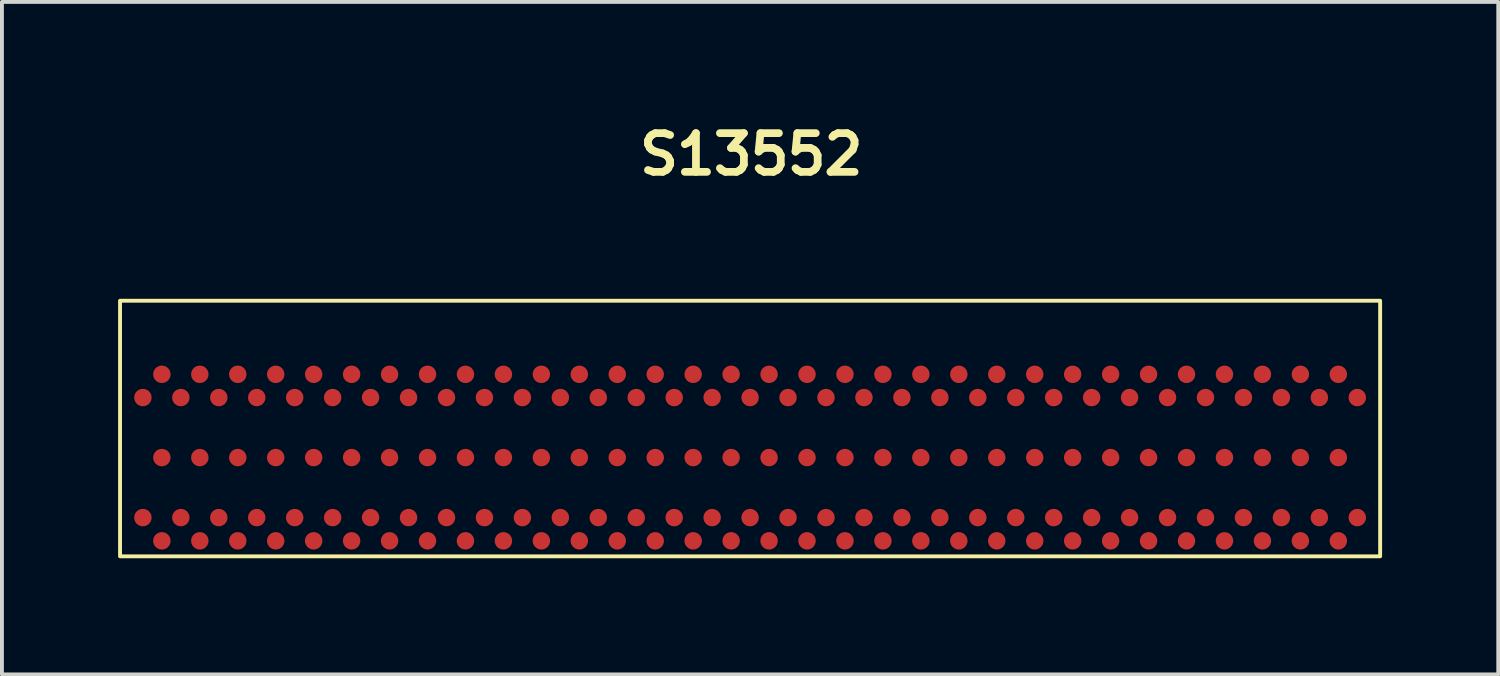
<source format=kicad_pcb>
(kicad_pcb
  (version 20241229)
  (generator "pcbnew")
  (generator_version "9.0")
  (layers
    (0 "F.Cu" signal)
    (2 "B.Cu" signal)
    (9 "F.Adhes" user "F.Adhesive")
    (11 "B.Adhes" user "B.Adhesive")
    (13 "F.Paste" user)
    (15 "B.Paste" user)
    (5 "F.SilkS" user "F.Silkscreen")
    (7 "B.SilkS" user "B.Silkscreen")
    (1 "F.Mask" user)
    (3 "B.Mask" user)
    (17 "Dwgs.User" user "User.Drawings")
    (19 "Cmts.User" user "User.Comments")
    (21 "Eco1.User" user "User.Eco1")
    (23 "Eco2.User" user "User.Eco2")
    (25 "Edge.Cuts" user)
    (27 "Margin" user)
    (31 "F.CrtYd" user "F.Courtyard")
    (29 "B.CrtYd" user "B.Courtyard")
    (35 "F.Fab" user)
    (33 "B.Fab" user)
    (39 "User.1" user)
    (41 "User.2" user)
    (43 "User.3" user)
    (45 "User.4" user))
  (footprint "S13552"
    (layer "F.Cu")
    (at 16.32 8.766)
    (property "Reference" "S13552" (at 0.03 -7.83 0) (unlocked yes) (layer "F.SilkS") (effects (font (size 1 1) (thickness 0.2) (bold yes))))
    (attr smd)
    (fp_rect (start -16.27 -4.05) (end 16.27 2.55) (stroke (width 0.1) (type default)) (fill no) (layer "F.SilkS"))
    (pad "1" smd circle (at 15.68 -1.55) (size 0.45 0.45) (layers "F.Cu" "F.Mask" "F.Paste"))
    (pad "2" smd circle (at 15.19 2.15) (size 0.45 0.45) (layers "F.Cu" "F.Mask" "F.Paste"))
    (pad "3" smd circle (at 15.19 -2.15) (size 0.45 0.45) (layers "F.Cu" "F.Mask" "F.Paste"))
    (pad "4" smd circle (at 14.7 1.55) (size 0.45 0.45) (layers "F.Cu" "F.Mask" "F.Paste"))
    (pad "5" smd circle (at 14.7 -1.55) (size 0.45 0.45) (layers "F.Cu" "F.Mask" "F.Paste"))
    (pad "6" smd circle (at 14.21 2.15) (size 0.45 0.45) (layers "F.Cu" "F.Mask" "F.Paste"))
    (pad "7" smd circle (at 14.21 -2.15) (size 0.45 0.45) (layers "F.Cu" "F.Mask" "F.Paste"))
    (pad "8" smd circle (at 13.72 1.55) (size 0.45 0.45) (layers "F.Cu" "F.Mask" "F.Paste"))
    (pad "9" smd circle (at 13.72 -1.55) (size 0.45 0.45) (layers "F.Cu" "F.Mask" "F.Paste"))
    (pad "10" smd circle (at 13.23 2.15) (size 0.45 0.45) (layers "F.Cu" "F.Mask" "F.Paste"))
    (pad "11" smd circle (at 13.23 -2.15) (size 0.45 0.45) (layers "F.Cu" "F.Mask" "F.Paste"))
    (pad "12" smd circle (at 12.74 1.55) (size 0.45 0.45) (layers "F.Cu" "F.Mask" "F.Paste"))
    (pad "13" smd circle (at 12.74 -1.55) (size 0.45 0.45) (layers "F.Cu" "F.Mask" "F.Paste"))
    (pad "14" smd circle (at 12.25 2.15) (size 0.45 0.45) (layers "F.Cu" "F.Mask" "F.Paste"))
    (pad "15" smd circle (at 12.25 -2.15) (size 0.45 0.45) (layers "F.Cu" "F.Mask" "F.Paste"))
    (pad "16" smd circle (at 11.76 1.55) (size 0.45 0.45) (layers "F.Cu" "F.Mask" "F.Paste"))
    (pad "17" smd circle (at 11.76 -1.55) (size 0.45 0.45) (layers "F.Cu" "F.Mask" "F.Paste"))
    (pad "18" smd circle (at 11.27 2.15) (size 0.45 0.45) (layers "F.Cu" "F.Mask" "F.Paste"))
    (pad "19" smd circle (at 11.27 -2.15) (size 0.45 0.45) (layers "F.Cu" "F.Mask" "F.Paste"))
    (pad "20" smd circle (at 10.78 1.55) (size 0.45 0.45) (layers "F.Cu" "F.Mask" "F.Paste"))
    (pad "21" smd circle (at 10.78 -1.55) (size 0.45 0.45) (layers "F.Cu" "F.Mask" "F.Paste"))
    (pad "22" smd circle (at 10.29 2.15) (size 0.45 0.45) (layers "F.Cu" "F.Mask" "F.Paste"))
    (pad "23" smd circle (at 10.29 -2.15) (size 0.45 0.45) (layers "F.Cu" "F.Mask" "F.Paste"))
    (pad "24" smd circle (at 9.8 1.55) (size 0.45 0.45) (layers "F.Cu" "F.Mask" "F.Paste"))
    (pad "25" smd circle (at 9.8 -1.55) (size 0.45 0.45) (layers "F.Cu" "F.Mask" "F.Paste"))
    (pad "26" smd circle (at 9.31 2.15) (size 0.45 0.45) (layers "F.Cu" "F.Mask" "F.Paste"))
    (pad "27" smd circle (at 9.31 -2.15) (size 0.45 0.45) (layers "F.Cu" "F.Mask" "F.Paste"))
    (pad "28" smd circle (at 8.82 1.55) (size 0.45 0.45) (layers "F.Cu" "F.Mask" "F.Paste"))
    (pad "29" smd circle (at 8.82 -1.55) (size 0.45 0.45) (layers "F.Cu" "F.Mask" "F.Paste"))
    (pad "30" smd circle (at 8.33 2.15) (size 0.45 0.45) (layers "F.Cu" "F.Mask" "F.Paste"))
    (pad "31" smd circle (at 8.33 -2.15) (size 0.45 0.45) (layers "F.Cu" "F.Mask" "F.Paste"))
    (pad "32" smd circle (at 7.84 1.55) (size 0.45 0.45) (layers "F.Cu" "F.Mask" "F.Paste"))
    (pad "33" smd circle (at 7.84 -1.55) (size 0.45 0.45) (layers "F.Cu" "F.Mask" "F.Paste"))
    (pad "34" smd circle (at 7.35 2.15) (size 0.45 0.45) (layers "F.Cu" "F.Mask" "F.Paste"))
    (pad "35" smd circle (at 7.35 -2.15) (size 0.45 0.45) (layers "F.Cu" "F.Mask" "F.Paste"))
    (pad "36" smd circle (at 6.86 1.55) (size 0.45 0.45) (layers "F.Cu" "F.Mask" "F.Paste"))
    (pad "37" smd circle (at 6.86 -1.55) (size 0.45 0.45) (layers "F.Cu" "F.Mask" "F.Paste"))
    (pad "38" smd circle (at 6.37 2.15) (size 0.45 0.45) (layers "F.Cu" "F.Mask" "F.Paste"))
    (pad "39" smd circle (at 6.37 -2.15) (size 0.45 0.45) (layers "F.Cu" "F.Mask" "F.Paste"))
    (pad "40" smd circle (at 5.88 1.55) (size 0.45 0.45) (layers "F.Cu" "F.Mask" "F.Paste"))
    (pad "41" smd circle (at 5.88 -1.55) (size 0.45 0.45) (layers "F.Cu" "F.Mask" "F.Paste"))
    (pad "42" smd circle (at 5.39 2.15) (size 0.45 0.45) (layers "F.Cu" "F.Mask" "F.Paste"))
    (pad "43" smd circle (at 5.39 -2.15) (size 0.45 0.45) (layers "F.Cu" "F.Mask" "F.Paste"))
    (pad "44" smd circle (at 4.9 1.55) (size 0.45 0.45) (layers "F.Cu" "F.Mask" "F.Paste"))
    (pad "45" smd circle (at 4.9 -1.55) (size 0.45 0.45) (layers "F.Cu" "F.Mask" "F.Paste"))
    (pad "46" smd circle (at 4.41 2.15) (size 0.45 0.45) (layers "F.Cu" "F.Mask" "F.Paste"))
    (pad "47" smd circle (at 4.41 -2.15) (size 0.45 0.45) (layers "F.Cu" "F.Mask" "F.Paste"))
    (pad "48" smd circle (at 3.92 1.55) (size 0.45 0.45) (layers "F.Cu" "F.Mask" "F.Paste"))
    (pad "49" smd circle (at 3.92 -1.55) (size 0.45 0.45) (layers "F.Cu" "F.Mask" "F.Paste"))
    (pad "50" smd circle (at 3.43 2.15) (size 0.45 0.45) (layers "F.Cu" "F.Mask" "F.Paste"))
    (pad "51" smd circle (at 3.43 -2.15) (size 0.45 0.45) (layers "F.Cu" "F.Mask" "F.Paste"))
    (pad "52" smd circle (at 2.94 1.55) (size 0.45 0.45) (layers "F.Cu" "F.Mask" "F.Paste"))
    (pad "53" smd circle (at 2.94 -1.55) (size 0.45 0.45) (layers "F.Cu" "F.Mask" "F.Paste"))
    (pad "54" smd circle (at 2.45 2.15) (size 0.45 0.45) (layers "F.Cu" "F.Mask" "F.Paste"))
    (pad "55" smd circle (at 2.45 -2.15) (size 0.45 0.45) (layers "F.Cu" "F.Mask" "F.Paste"))
    (pad "56" smd circle (at 1.96 1.55) (size 0.45 0.45) (layers "F.Cu" "F.Mask" "F.Paste"))
    (pad "57" smd circle (at 1.96 -1.55) (size 0.45 0.45) (layers "F.Cu" "F.Mask" "F.Paste"))
    (pad "58" smd circle (at 1.47 2.15) (size 0.45 0.45) (layers "F.Cu" "F.Mask" "F.Paste"))
    (pad "59" smd circle (at 1.47 -2.15) (size 0.45 0.45) (layers "F.Cu" "F.Mask" "F.Paste"))
    (pad "60" smd circle (at 0.98 1.55) (size 0.45 0.45) (layers "F.Cu" "F.Mask" "F.Paste"))
    (pad "61" smd circle (at 0.98 -1.55) (size 0.45 0.45) (layers "F.Cu" "F.Mask" "F.Paste"))
    (pad "62" smd circle (at 0.49 2.15) (size 0.45 0.45) (layers "F.Cu" "F.Mask" "F.Paste"))
    (pad "63" smd circle (at 0.49 -2.15) (size 0.45 0.45) (layers "F.Cu" "F.Mask" "F.Paste"))
    (pad "64" smd circle (at 0 1.55) (size 0.45 0.45) (layers "F.Cu" "F.Mask" "F.Paste"))
    (pad "65" smd circle (at 0 -1.55) (size 0.45 0.45) (layers "F.Cu" "F.Mask" "F.Paste"))
    (pad "66" smd circle (at -0.49 2.15) (size 0.45 0.45) (layers "F.Cu" "F.Mask" "F.Paste"))
    (pad "67" smd circle (at -0.49 -2.15) (size 0.45 0.45) (layers "F.Cu" "F.Mask" "F.Paste"))
    (pad "68" smd circle (at -0.98 1.55) (size 0.45 0.45) (layers "F.Cu" "F.Mask" "F.Paste"))
    (pad "69" smd circle (at -0.98 -1.55) (size 0.45 0.45) (layers "F.Cu" "F.Mask" "F.Paste"))
    (pad "70" smd circle (at -1.47 2.15) (size 0.45 0.45) (layers "F.Cu" "F.Mask" "F.Paste"))
    (pad "71" smd circle (at -1.47 -2.15) (size 0.45 0.45) (layers "F.Cu" "F.Mask" "F.Paste"))
    (pad "72" smd circle (at -1.96 1.55) (size 0.45 0.45) (layers "F.Cu" "F.Mask" "F.Paste"))
    (pad "73" smd circle (at -1.96 -1.55) (size 0.45 0.45) (layers "F.Cu" "F.Mask" "F.Paste"))
    (pad "74" smd circle (at -2.45 2.15) (size 0.45 0.45) (layers "F.Cu" "F.Mask" "F.Paste"))
    (pad "75" smd circle (at -2.45 -2.15) (size 0.45 0.45) (layers "F.Cu" "F.Mask" "F.Paste"))
    (pad "76" smd circle (at -2.94 1.55) (size 0.45 0.45) (layers "F.Cu" "F.Mask" "F.Paste"))
    (pad "77" smd circle (at -2.94 -1.55) (size 0.45 0.45) (layers "F.Cu" "F.Mask" "F.Paste"))
    (pad "78" smd circle (at -3.43 2.15) (size 0.45 0.45) (layers "F.Cu" "F.Mask" "F.Paste"))
    (pad "79" smd circle (at -3.43 -2.15) (size 0.45 0.45) (layers "F.Cu" "F.Mask" "F.Paste"))
    (pad "80" smd circle (at -3.92 1.55) (size 0.45 0.45) (layers "F.Cu" "F.Mask" "F.Paste"))
    (pad "81" smd circle (at -3.92 -1.55) (size 0.45 0.45) (layers "F.Cu" "F.Mask" "F.Paste"))
    (pad "82" smd circle (at -4.41 2.15) (size 0.45 0.45) (layers "F.Cu" "F.Mask" "F.Paste"))
    (pad "83" smd circle (at -4.41 -2.15) (size 0.45 0.45) (layers "F.Cu" "F.Mask" "F.Paste"))
    (pad "84" smd circle (at -4.9 1.55) (size 0.45 0.45) (layers "F.Cu" "F.Mask" "F.Paste"))
    (pad "85" smd circle (at -4.9 -1.55) (size 0.45 0.45) (layers "F.Cu" "F.Mask" "F.Paste"))
    (pad "86" smd circle (at -5.39 2.15) (size 0.45 0.45) (layers "F.Cu" "F.Mask" "F.Paste"))
    (pad "87" smd circle (at -5.39 -2.15) (size 0.45 0.45) (layers "F.Cu" "F.Mask" "F.Paste"))
    (pad "88" smd circle (at -5.88 1.55) (size 0.45 0.45) (layers "F.Cu" "F.Mask" "F.Paste"))
    (pad "89" smd circle (at -5.88 -1.55) (size 0.45 0.45) (layers "F.Cu" "F.Mask" "F.Paste"))
    (pad "90" smd circle (at -6.37 2.15) (size 0.45 0.45) (layers "F.Cu" "F.Mask" "F.Paste"))
    (pad "91" smd circle (at -6.37 -2.15) (size 0.45 0.45) (layers "F.Cu" "F.Mask" "F.Paste"))
    (pad "92" smd circle (at -6.86 1.55) (size 0.45 0.45) (layers "F.Cu" "F.Mask" "F.Paste"))
    (pad "93" smd circle (at -6.86 -1.55) (size 0.45 0.45) (layers "F.Cu" "F.Mask" "F.Paste"))
    (pad "94" smd circle (at -7.35 2.15) (size 0.45 0.45) (layers "F.Cu" "F.Mask" "F.Paste"))
    (pad "95" smd circle (at -7.35 -2.15) (size 0.45 0.45) (layers "F.Cu" "F.Mask" "F.Paste"))
    (pad "96" smd circle (at -7.84 1.55) (size 0.45 0.45) (layers "F.Cu" "F.Mask" "F.Paste"))
    (pad "97" smd circle (at -7.84 -1.55) (size 0.45 0.45) (layers "F.Cu" "F.Mask" "F.Paste"))
    (pad "98" smd circle (at -8.33 2.15) (size 0.45 0.45) (layers "F.Cu" "F.Mask" "F.Paste"))
    (pad "99" smd circle (at -8.33 -2.15) (size 0.45 0.45) (layers "F.Cu" "F.Mask" "F.Paste"))
    (pad "100" smd circle (at -8.82 1.55) (size 0.45 0.45) (layers "F.Cu" "F.Mask" "F.Paste"))
    (pad "101" smd circle (at -8.82 -1.55) (size 0.45 0.45) (layers "F.Cu" "F.Mask" "F.Paste"))
    (pad "102" smd circle (at -9.31 2.15) (size 0.45 0.45) (layers "F.Cu" "F.Mask" "F.Paste"))
    (pad "103" smd circle (at -9.31 -2.15) (size 0.45 0.45) (layers "F.Cu" "F.Mask" "F.Paste"))
    (pad "104" smd circle (at -9.8 1.55) (size 0.45 0.45) (layers "F.Cu" "F.Mask" "F.Paste"))
    (pad "105" smd circle (at -9.8 -1.55) (size 0.45 0.45) (layers "F.Cu" "F.Mask" "F.Paste"))
    (pad "106" smd circle (at -10.29 2.15) (size 0.45 0.45) (layers "F.Cu" "F.Mask" "F.Paste"))
    (pad "107" smd circle (at -10.29 -2.15) (size 0.45 0.45) (layers "F.Cu" "F.Mask" "F.Paste"))
    (pad "108" smd circle (at -10.78 1.55) (size 0.45 0.45) (layers "F.Cu" "F.Mask" "F.Paste"))
    (pad "109" smd circle (at -10.78 -1.55) (size 0.45 0.45) (layers "F.Cu" "F.Mask" "F.Paste"))
    (pad "110" smd circle (at -11.27 2.15) (size 0.45 0.45) (layers "F.Cu" "F.Mask" "F.Paste"))
    (pad "111" smd circle (at -11.27 -2.15) (size 0.45 0.45) (layers "F.Cu" "F.Mask" "F.Paste"))
    (pad "112" smd circle (at -11.76 1.55) (size 0.45 0.45) (layers "F.Cu" "F.Mask" "F.Paste"))
    (pad "113" smd circle (at -11.76 -1.55) (size 0.45 0.45) (layers "F.Cu" "F.Mask" "F.Paste"))
    (pad "114" smd circle (at -12.25 2.15) (size 0.45 0.45) (layers "F.Cu" "F.Mask" "F.Paste"))
    (pad "115" smd circle (at -12.25 -2.15) (size 0.45 0.45) (layers "F.Cu" "F.Mask" "F.Paste"))
    (pad "116" smd circle (at -12.74 1.55) (size 0.45 0.45) (layers "F.Cu" "F.Mask" "F.Paste"))
    (pad "117" smd circle (at -12.74 -1.55) (size 0.45 0.45) (layers "F.Cu" "F.Mask" "F.Paste"))
    (pad "118" smd circle (at -13.23 2.15) (size 0.45 0.45) (layers "F.Cu" "F.Mask" "F.Paste"))
    (pad "119" smd circle (at -13.23 -2.15) (size 0.45 0.45) (layers "F.Cu" "F.Mask" "F.Paste"))
    (pad "120" smd circle (at -13.72 1.55) (size 0.45 0.45) (layers "F.Cu" "F.Mask" "F.Paste"))
    (pad "121" smd circle (at -13.72 -1.55) (size 0.45 0.45) (layers "F.Cu" "F.Mask" "F.Paste"))
    (pad "122" smd circle (at -14.21 2.15) (size 0.45 0.45) (layers "F.Cu" "F.Mask" "F.Paste"))
    (pad "123" smd circle (at -14.21 -2.15) (size 0.45 0.45) (layers "F.Cu" "F.Mask" "F.Paste"))
    (pad "124" smd circle (at -14.7 1.55) (size 0.45 0.45) (layers "F.Cu" "F.Mask" "F.Paste"))
    (pad "125" smd circle (at -14.7 -1.55) (size 0.45 0.45) (layers "F.Cu" "F.Mask" "F.Paste"))
    (pad "126" smd circle (at -15.19 2.15) (size 0.45 0.45) (layers "F.Cu" "F.Mask" "F.Paste"))
    (pad "127" smd circle (at -15.19 -2.15) (size 0.45 0.45) (layers "F.Cu" "F.Mask" "F.Paste"))
    (pad "128" smd circle (at -15.68 1.55) (size 0.45 0.45) (layers "F.Cu" "F.Mask" "F.Paste"))
    (pad "HV_1-64" smd circle (at 0.49 0) (size 0.45 0.45) (layers "F.Cu" "F.Mask" "F.Paste"))
    (pad "HV_1-64" smd circle (at 1.47 0) (size 0.45 0.45) (layers "F.Cu" "F.Mask" "F.Paste"))
    (pad "HV_1-64" smd circle (at 2.45 0) (size 0.45 0.45) (layers "F.Cu" "F.Mask" "F.Paste"))
    (pad "HV_1-64" smd circle (at 3.43 0) (size 0.45 0.45) (layers "F.Cu" "F.Mask" "F.Paste"))
    (pad "HV_1-64" smd circle (at 4.41 0) (size 0.45 0.45) (layers "F.Cu" "F.Mask" "F.Paste"))
    (pad "HV_1-64" smd circle (at 5.39 0) (size 0.45 0.45) (layers "F.Cu" "F.Mask" "F.Paste"))
    (pad "HV_1-64" smd circle (at 6.37 0) (size 0.45 0.45) (layers "F.Cu" "F.Mask" "F.Paste"))
    (pad "HV_1-64" smd circle (at 7.35 0) (size 0.45 0.45) (layers "F.Cu" "F.Mask" "F.Paste"))
    (pad "HV_1-64" smd circle (at 8.33 0) (size 0.45 0.45) (layers "F.Cu" "F.Mask" "F.Paste"))
    (pad "HV_1-64" smd circle (at 9.31 0) (size 0.45 0.45) (layers "F.Cu" "F.Mask" "F.Paste"))
    (pad "HV_1-64" smd circle (at 10.29 0) (size 0.45 0.45) (layers "F.Cu" "F.Mask" "F.Paste"))
    (pad "HV_1-64" smd circle (at 11.27 0) (size 0.45 0.45) (layers "F.Cu" "F.Mask" "F.Paste"))
    (pad "HV_1-64" smd circle (at 12.25 0) (size 0.45 0.45) (layers "F.Cu" "F.Mask" "F.Paste"))
    (pad "HV_1-64" smd circle (at 13.23 0) (size 0.45 0.45) (layers "F.Cu" "F.Mask" "F.Paste"))
    (pad "HV_1-64" smd circle (at 14.21 0) (size 0.45 0.45) (layers "F.Cu" "F.Mask" "F.Paste"))
    (pad "HV_1-64" smd circle (at 15.19 0) (size 0.45 0.45) (layers "F.Cu" "F.Mask" "F.Paste"))
    (pad "HV_1-64" smd circle (at 15.68 1.55) (size 0.45 0.45) (layers "F.Cu" "F.Mask" "F.Paste"))
    (pad "HV_65-128" smd circle (at -15.68 -1.55) (size 0.45 0.45) (layers "F.Cu" "F.Mask" "F.Paste"))
    (pad "HV_65-128" smd circle (at -15.19 0) (size 0.45 0.45) (layers "F.Cu" "F.Mask" "F.Paste"))
    (pad "HV_65-128" smd circle (at -14.21 0) (size 0.45 0.45) (layers "F.Cu" "F.Mask" "F.Paste"))
    (pad "HV_65-128" smd circle (at -13.23 0) (size 0.45 0.45) (layers "F.Cu" "F.Mask" "F.Paste"))
    (pad "HV_65-128" smd circle (at -12.25 0) (size 0.45 0.45) (layers "F.Cu" "F.Mask" "F.Paste"))
    (pad "HV_65-128" smd circle (at -11.27 0) (size 0.45 0.45) (layers "F.Cu" "F.Mask" "F.Paste"))
    (pad "HV_65-128" smd circle (at -10.29 0) (size 0.45 0.45) (layers "F.Cu" "F.Mask" "F.Paste"))
    (pad "HV_65-128" smd circle (at -9.31 0) (size 0.45 0.45) (layers "F.Cu" "F.Mask" "F.Paste"))
    (pad "HV_65-128" smd circle (at -8.33 0) (size 0.45 0.45) (layers "F.Cu" "F.Mask" "F.Paste"))
    (pad "HV_65-128" smd circle (at -7.35 0) (size 0.45 0.45) (layers "F.Cu" "F.Mask" "F.Paste"))
    (pad "HV_65-128" smd circle (at -6.37 0) (size 0.45 0.45) (layers "F.Cu" "F.Mask" "F.Paste"))
    (pad "HV_65-128" smd circle (at -5.39 0) (size 0.45 0.45) (layers "F.Cu" "F.Mask" "F.Paste"))
    (pad "HV_65-128" smd circle (at -4.41 0) (size 0.45 0.45) (layers "F.Cu" "F.Mask" "F.Paste"))
    (pad "HV_65-128" smd circle (at -3.43 0) (size 0.45 0.45) (layers "F.Cu" "F.Mask" "F.Paste"))
    (pad "HV_65-128" smd circle (at -2.45 0) (size 0.45 0.45) (layers "F.Cu" "F.Mask" "F.Paste"))
    (pad "HV_65-128" smd circle (at -1.47 0) (size 0.45 0.45) (layers "F.Cu" "F.Mask" "F.Paste"))
    (pad "HV_65-128" smd circle (at -0.49 0) (size 0.45 0.45) (layers "F.Cu" "F.Mask" "F.Paste")))
  (gr_rect
    (start -3 -3)
    (end 35.64 14.366)
    (stroke (width 0.1) (type default))
    (fill no)
    (layer "Edge.Cuts")))
</source>
